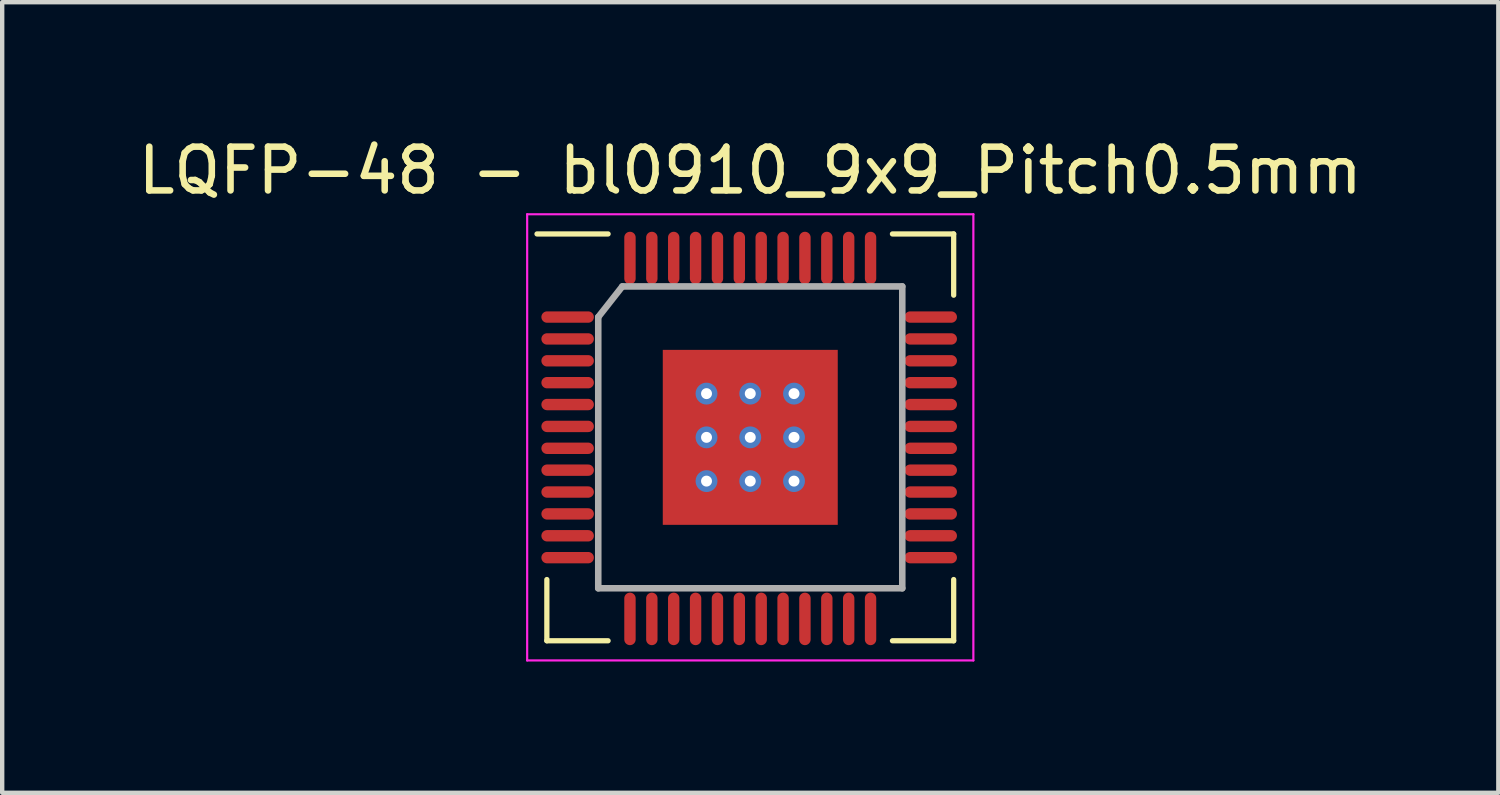
<source format=kicad_pcb>
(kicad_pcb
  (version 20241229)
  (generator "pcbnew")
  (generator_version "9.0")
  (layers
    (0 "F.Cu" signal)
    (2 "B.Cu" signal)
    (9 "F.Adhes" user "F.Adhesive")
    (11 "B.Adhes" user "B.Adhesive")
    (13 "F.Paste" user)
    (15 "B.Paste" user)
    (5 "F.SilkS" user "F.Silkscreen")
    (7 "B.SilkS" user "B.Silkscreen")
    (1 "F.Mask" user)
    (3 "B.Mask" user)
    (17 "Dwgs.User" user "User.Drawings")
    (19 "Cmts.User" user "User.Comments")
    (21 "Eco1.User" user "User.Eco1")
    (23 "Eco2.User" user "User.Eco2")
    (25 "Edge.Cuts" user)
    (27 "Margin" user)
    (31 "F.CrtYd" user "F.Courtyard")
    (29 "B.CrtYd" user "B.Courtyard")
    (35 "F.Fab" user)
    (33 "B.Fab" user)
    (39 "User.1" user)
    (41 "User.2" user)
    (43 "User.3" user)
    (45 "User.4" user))
  (footprint "LQFP-48 - bl0910_9x9_Pitch0.5mm"
    (layer "F.Cu")
    (at 11.976 4.198)
    (property "Reference" "LQFP-48 - bl0910_9x9_Pitch0.5mm" (at 2.125 -3.35 0) (layer "F.SilkS") (effects (font (size 1 1) (thickness 0.15))))
    (attr smd)
    (fp_line (start -2.525 7.4) (end -2.525 6) (stroke (width 0.12) (type default)) (layer "F.SilkS"))
    (fp_line (start -1.125 -1.9) (end -2.75 -1.9) (stroke (width 0.12) (type default)) (layer "F.SilkS"))
    (fp_line (start -1.125 7.4) (end -2.525 7.4) (stroke (width 0.12) (type default)) (layer "F.SilkS"))
    (fp_line (start 5.375 -1.9) (end 6.775 -1.9) (stroke (width 0.12) (type default)) (layer "F.SilkS"))
    (fp_line (start 5.375 7.4) (end 6.775 7.4) (stroke (width 0.12) (type default)) (layer "F.SilkS"))
    (fp_line (start 6.775 -1.9) (end 6.775 -0.5) (stroke (width 0.12) (type default)) (layer "F.SilkS"))
    (fp_line (start 6.775 7.4) (end 6.775 6) (stroke (width 0.12) (type default)) (layer "F.SilkS"))
    (fp_line (start -2.975 -2.35) (end 7.225 -2.35) (stroke (width 0.05) (type default)) (layer "F.CrtYd"))
    (fp_line (start -2.975 7.85) (end -2.975 -2.35) (stroke (width 0.05) (type default)) (layer "F.CrtYd"))
    (fp_line (start 7.225 -2.35) (end 7.225 7.85) (stroke (width 0.05) (type default)) (layer "F.CrtYd"))
    (fp_line (start 7.225 7.85) (end -2.975 7.85) (stroke (width 0.05) (type default)) (layer "F.CrtYd"))
    (fp_line (start -1.35 0) (end -1.35 6.2) (stroke (width 0.15) (type default)) (layer "F.Fab"))
    (fp_line (start -1.35 6.2) (end 5.6 6.2) (stroke (width 0.15) (type default)) (layer "F.Fab"))
    (fp_line (start -0.8 -0.7) (end -1.35 0) (stroke (width 0.15) (type default)) (layer "F.Fab"))
    (fp_line (start 5.6 -0.7) (end -0.8 -0.7) (stroke (width 0.15) (type default)) (layer "F.Fab"))
    (fp_line (start 5.6 6.2) (end 5.6 -0.7) (stroke (width 0.15) (type default)) (layer "F.Fab"))
    (pad "" smd rect (at 0.625 1.25) (size 0.25 0.25) (layers "F.Paste"))
    (pad "" smd rect (at 0.625 2.25) (size 0.25 0.25) (layers "F.Paste"))
    (pad "" smd rect (at 0.625 3.25) (size 0.25 0.25) (layers "F.Paste"))
    (pad "" smd rect (at 0.625 4.25) (size 0.25 0.25) (layers "F.Paste"))
    (pad "" smd rect (at 1.625 1.25) (size 0.25 0.25) (layers "F.Paste"))
    (pad "" smd rect (at 1.625 2.25) (size 0.25 0.25) (layers "F.Paste"))
    (pad "" smd rect (at 1.625 3.25) (size 0.25 0.25) (layers "F.Paste"))
    (pad "" smd rect (at 1.625 4.25) (size 0.25 0.25) (layers "F.Paste"))
    (pad "" smd rect (at 2.625 1.25) (size 0.25 0.25) (layers "F.Paste"))
    (pad "" smd rect (at 2.625 2.25) (size 0.25 0.25) (layers "F.Paste"))
    (pad "" smd rect (at 2.625 3.25) (size 0.25 0.25) (layers "F.Paste"))
    (pad "" smd rect (at 2.625 4.25) (size 0.25 0.25) (layers "F.Paste"))
    (pad "" smd rect (at 3.625 1.25) (size 0.25 0.25) (layers "F.Paste"))
    (pad "" smd rect (at 3.625 2.25) (size 0.25 0.25) (layers "F.Paste"))
    (pad "" smd rect (at 3.625 3.25) (size 0.25 0.25) (layers "F.Paste"))
    (pad "" smd rect (at 3.625 4.25) (size 0.25 0.25) (layers "F.Paste"))
    (pad "1" smd oval (at -2.05 0 90) (size 0.26 1.2) (layers "F.Cu" "F.Mask" "F.Paste"))
    (pad "2" smd oval (at -2.05 0.5 90) (size 0.26 1.2) (layers "F.Cu" "F.Mask" "F.Paste"))
    (pad "3" smd oval (at -2.05 1 90) (size 0.26 1.2) (layers "F.Cu" "F.Mask" "F.Paste"))
    (pad "4" smd oval (at -2.05 1.5 90) (size 0.26 1.2) (layers "F.Cu" "F.Mask" "F.Paste"))
    (pad "5" smd oval (at -2.05 2 90) (size 0.26 1.2) (layers "F.Cu" "F.Mask" "F.Paste"))
    (pad "6" smd oval (at -2.05 2.5 90) (size 0.26 1.2) (layers "F.Cu" "F.Mask" "F.Paste"))
    (pad "7" smd oval (at -2.05 3 90) (size 0.26 1.2) (layers "F.Cu" "F.Mask" "F.Paste"))
    (pad "8" smd oval (at -2.05 3.5 90) (size 0.26 1.2) (layers "F.Cu" "F.Mask" "F.Paste"))
    (pad "9" smd oval (at -2.05 4 90) (size 0.26 1.2) (layers "F.Cu" "F.Mask" "F.Paste"))
    (pad "10" smd oval (at -2.05 4.5 90) (size 0.26 1.2) (layers "F.Cu" "F.Mask" "F.Paste"))
    (pad "11" smd oval (at -2.05 5 90) (size 0.26 1.2) (layers "F.Cu" "F.Mask" "F.Paste"))
    (pad "12" smd oval (at -2.05 5.5 90) (size 0.26 1.2) (layers "F.Cu" "F.Mask" "F.Paste"))
    (pad "13" smd oval (at -0.625 6.9) (size 0.26 1.2) (layers "F.Cu" "F.Mask" "F.Paste"))
    (pad "14" smd oval (at -0.125 6.9) (size 0.26 1.2) (layers "F.Cu" "F.Mask" "F.Paste"))
    (pad "15" smd oval (at 0.375 6.9) (size 0.26 1.2) (layers "F.Cu" "F.Mask" "F.Paste"))
    (pad "16" smd oval (at 0.875 6.9) (size 0.26 1.2) (layers "F.Cu" "F.Mask" "F.Paste"))
    (pad "17" smd oval (at 1.375 6.9) (size 0.26 1.2) (layers "F.Cu" "F.Mask" "F.Paste"))
    (pad "18" smd oval (at 1.875 6.9) (size 0.26 1.2) (layers "F.Cu" "F.Mask" "F.Paste"))
    (pad "19" smd oval (at 2.375 6.9) (size 0.26 1.2) (layers "F.Cu" "F.Mask" "F.Paste"))
    (pad "20" smd oval (at 2.875 6.9) (size 0.26 1.2) (layers "F.Cu" "F.Mask" "F.Paste"))
    (pad "21" smd oval (at 3.375 6.9) (size 0.26 1.2) (layers "F.Cu" "F.Mask" "F.Paste"))
    (pad "22" smd oval (at 3.875 6.9) (size 0.26 1.2) (layers "F.Cu" "F.Mask" "F.Paste"))
    (pad "23" smd oval (at 4.375 6.9) (size 0.26 1.2) (layers "F.Cu" "F.Mask" "F.Paste"))
    (pad "24" smd oval (at 4.875 6.9) (size 0.26 1.2) (layers "F.Cu" "F.Mask" "F.Paste"))
    (pad "25" smd oval (at 6.25 5.5 90) (size 0.26 1.2) (layers "F.Cu" "F.Mask" "F.Paste"))
    (pad "26" smd oval (at 6.25 5 90) (size 0.26 1.2) (layers "F.Cu" "F.Mask" "F.Paste"))
    (pad "27" smd oval (at 6.25 4.5 90) (size 0.26 1.2) (layers "F.Cu" "F.Mask" "F.Paste"))
    (pad "28" smd oval (at 6.25 4 90) (size 0.26 1.2) (layers "F.Cu" "F.Mask" "F.Paste"))
    (pad "29" smd oval (at 6.25 3.5 90) (size 0.26 1.2) (layers "F.Cu" "F.Mask" "F.Paste"))
    (pad "30" smd oval (at 6.25 3 90) (size 0.26 1.2) (layers "F.Cu" "F.Mask" "F.Paste"))
    (pad "31" smd oval (at 6.25 2.5 90) (size 0.26 1.2) (layers "F.Cu" "F.Mask" "F.Paste"))
    (pad "32" smd oval (at 6.25 2 90) (size 0.26 1.2) (layers "F.Cu" "F.Mask" "F.Paste"))
    (pad "33" smd oval (at 6.25 1.5 90) (size 0.26 1.2) (layers "F.Cu" "F.Mask" "F.Paste"))
    (pad "34" smd oval (at 6.25 1 90) (size 0.26 1.2) (layers "F.Cu" "F.Mask" "F.Paste"))
    (pad "35" smd oval (at 6.25 0.5 90) (size 0.26 1.2) (layers "F.Cu" "F.Mask" "F.Paste"))
    (pad "36" smd oval (at 6.25 0 90) (size 0.26 1.2) (layers "F.Cu" "F.Mask" "F.Paste"))
    (pad "37" smd oval (at 4.875 -1.35) (size 0.26 1.2) (layers "F.Cu" "F.Mask" "F.Paste"))
    (pad "38" smd oval (at 4.375 -1.35) (size 0.26 1.2) (layers "F.Cu" "F.Mask" "F.Paste"))
    (pad "39" smd oval (at 3.875 -1.35) (size 0.26 1.2) (layers "F.Cu" "F.Mask" "F.Paste"))
    (pad "40" smd oval (at 3.375 -1.35) (size 0.26 1.2) (layers "F.Cu" "F.Mask" "F.Paste"))
    (pad "41" smd oval (at 2.875 -1.35) (size 0.26 1.2) (layers "F.Cu" "F.Mask" "F.Paste"))
    (pad "42" smd oval (at 2.375 -1.35) (size 0.26 1.2) (layers "F.Cu" "F.Mask" "F.Paste"))
    (pad "43" smd oval (at 1.875 -1.35) (size 0.26 1.2) (layers "F.Cu" "F.Mask" "F.Paste"))
    (pad "44" smd oval (at 1.375 -1.35) (size 0.26 1.2) (layers "F.Cu" "F.Mask" "F.Paste"))
    (pad "45" smd oval (at 0.875 -1.35) (size 0.26 1.2) (layers "F.Cu" "F.Mask" "F.Paste"))
    (pad "46" smd oval (at 0.375 -1.35) (size 0.26 1.2) (layers "F.Cu" "F.Mask" "F.Paste"))
    (pad "47" smd oval (at -0.125 -1.35) (size 0.26 1.2) (layers "F.Cu" "F.Mask" "F.Paste"))
    (pad "48" smd oval (at -0.625 -1.35) (size 0.26 1.2) (layers "F.Cu" "F.Mask" "F.Paste"))
    (pad "49" thru_hole circle (at 1.125 1.75) (size 0.5 0.5) (drill 0.25) (property pad_prop_heatsink) (layers "*.Cu" "*.Mask"))
    (pad "49" thru_hole circle (at 1.125 2.75) (size 0.5 0.5) (drill 0.25) (property pad_prop_heatsink) (layers "*.Cu" "*.Mask"))
    (pad "49" thru_hole circle (at 1.125 3.75) (size 0.5 0.5) (drill 0.25) (property pad_prop_heatsink) (layers "*.Cu" "*.Mask"))
    (pad "49" thru_hole circle (at 2.125 1.75) (size 0.5 0.5) (drill 0.25) (property pad_prop_heatsink) (layers "*.Cu" "*.Mask"))
    (pad "49" thru_hole circle (at 2.125 2.75) (size 0.5 0.5) (drill 0.25) (property pad_prop_heatsink) (layers "*.Cu" "*.Mask"))
    (pad "49" smd rect (at 2.125 2.75) (size 4 4) (layers "F.Cu" "F.Mask"))
    (pad "49" thru_hole circle (at 2.125 3.75) (size 0.5 0.5) (drill 0.25) (property pad_prop_heatsink) (layers "*.Cu" "*.Mask"))
    (pad "49" thru_hole circle (at 3.125 1.75) (size 0.5 0.5) (drill 0.25) (property pad_prop_heatsink) (layers "*.Cu" "*.Mask"))
    (pad "49" thru_hole circle (at 3.125 2.75) (size 0.5 0.5) (drill 0.25) (property pad_prop_heatsink) (layers "*.Cu" "*.Mask"))
    (pad "49" thru_hole circle (at 3.125 3.75) (size 0.5 0.5) (drill 0.25) (property pad_prop_heatsink) (layers "*.Cu" "*.Mask")))
  (gr_rect
    (start -3 -3)
    (end 31.202 15.073)
    (stroke (width 0.1) (type default))
    (fill no)
    (layer "Edge.Cuts")))
</source>
